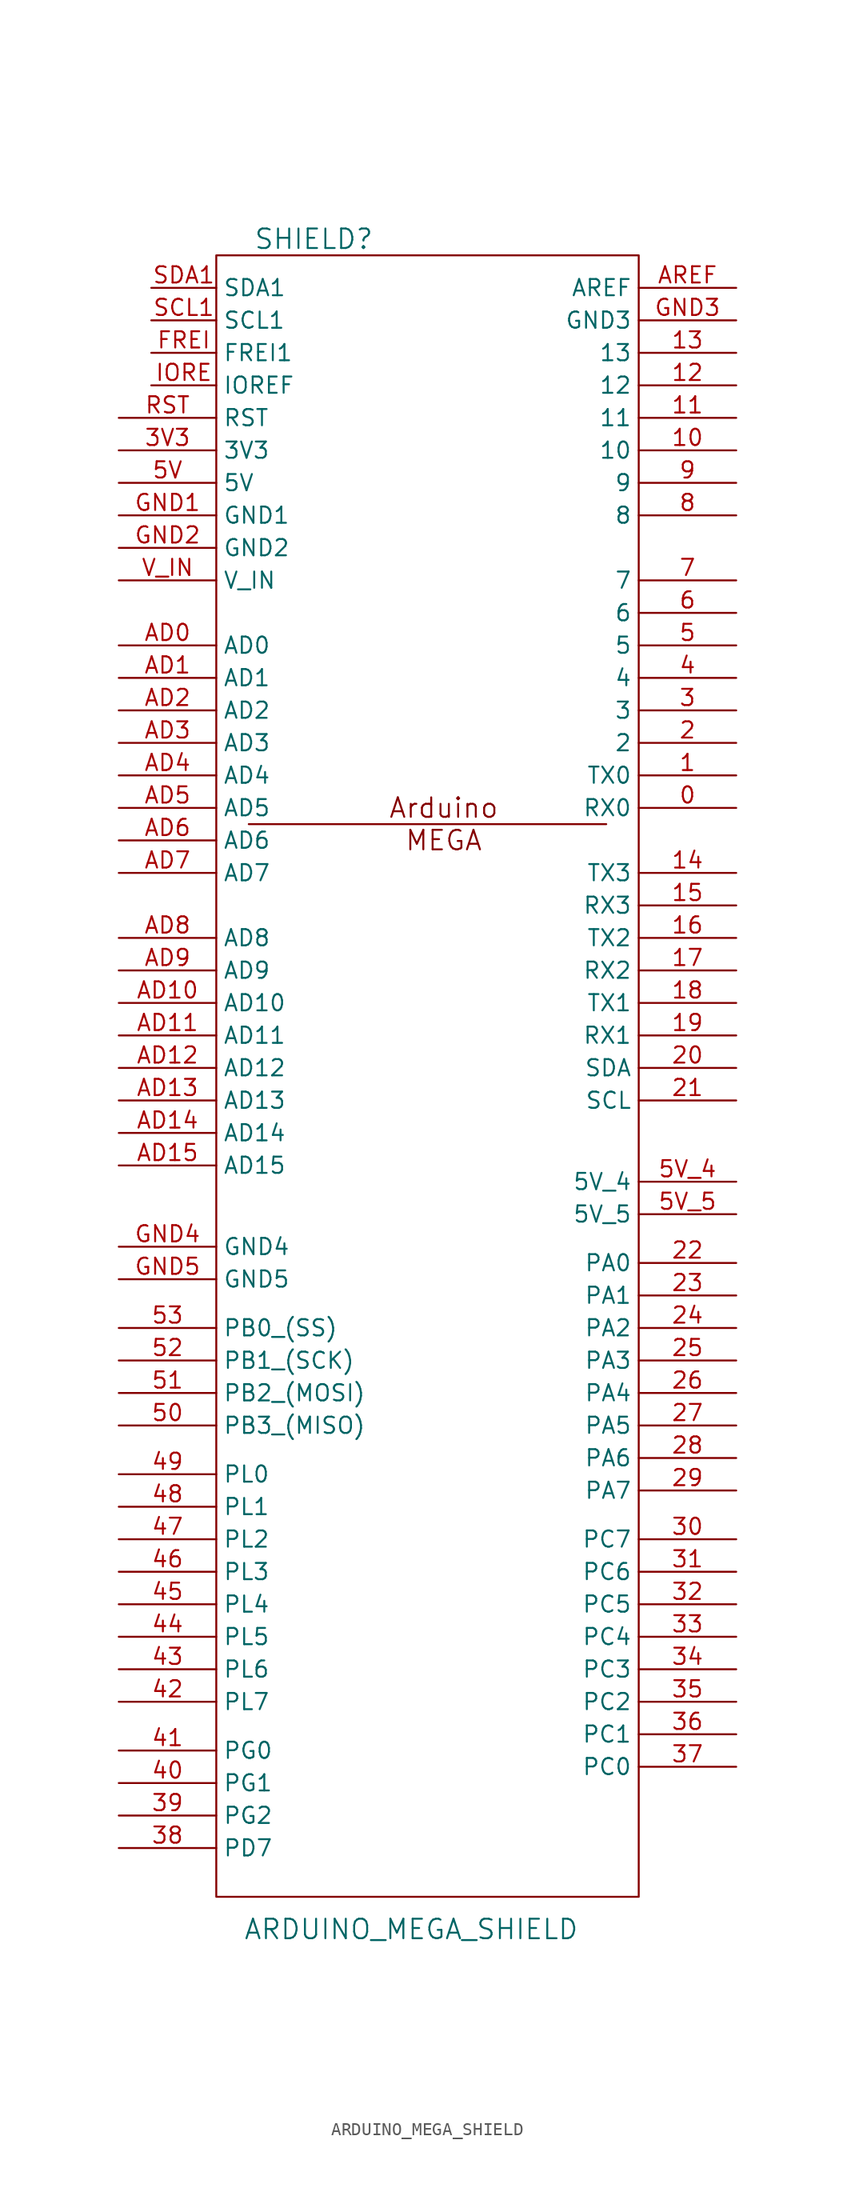
<source format=kicad_sym>
(kicad_symbol_lib
  (version 20201005)
  (generator kicad_symbol_editor)
  (symbol "Zimprich_neu:ARDUINO_MEGA_SHIELD"
    (property "Reference" "SHIELD"
      (at -10.16 63.5 0)
      (effects (font (size 1.524 1.524))))
    (property "Value" "ARDUINO_MEGA_SHIELD"
      (at -2.54 -68.58 0)
      (effects (font (size 1.524 1.524))))
    (property "Footprint" ""
      (at 0 0 0)
      (effects (font (size 1.524 1.524))))
    (property "Datasheet" ""
      (at 0 0 0)
      (effects (font (size 1.524 1.524))))
    (symbol "ARDUINO_MEGA_SHIELD_0_0"
      (text "Arduino" (at 0 19.05 0) (effects (font (size 1.524 1.524))))
      (text "MEGA" (at 0 16.51 0) (effects (font (size 1.524 1.524)))))
    (symbol "ARDUINO_MEGA_SHIELD_0_1"
      (rectangle (start -17.78 -66.04) (end 15.24 62.23) (stroke (width 0)) (fill (type none)))
      (polyline (pts (xy -15.24 17.78) (xy 12.7 17.78) (xy 12.7 17.78)) (stroke (width 0)) (fill (type none))))
    (symbol "ARDUINO_MEGA_SHIELD_1_1"
      (pin bidirectional line (at 22.86 19.05 180) (length 7.62) (name "RX0" (effects (font (size 1.27 1.27)))) (number "0" (effects (font (size 1.27 1.27)))))
      (pin bidirectional line (at 22.86 21.59 180) (length 7.62) (name "TX0" (effects (font (size 1.27 1.27)))) (number "1" (effects (font (size 1.27 1.27)))))
      (pin bidirectional line (at 22.86 46.99 180) (length 7.62) (name "10" (effects (font (size 1.27 1.27)))) (number "10" (effects (font (size 1.27 1.27)))))
      (pin bidirectional line (at 22.86 49.53 180) (length 7.62) (name "11" (effects (font (size 1.27 1.27)))) (number "11" (effects (font (size 1.27 1.27)))))
      (pin bidirectional line (at 22.86 52.07 180) (length 7.62) (name "12" (effects (font (size 1.27 1.27)))) (number "12" (effects (font (size 1.27 1.27)))))
      (pin bidirectional line (at 22.86 54.61 180) (length 7.62) (name "13" (effects (font (size 1.27 1.27)))) (number "13" (effects (font (size 1.27 1.27)))))
      (pin bidirectional line (at 22.86 13.97 180) (length 7.62) (name "TX3" (effects (font (size 1.27 1.27)))) (number "14" (effects (font (size 1.27 1.27)))))
      (pin bidirectional line (at 22.86 11.43 180) (length 7.62) (name "RX3" (effects (font (size 1.27 1.27)))) (number "15" (effects (font (size 1.27 1.27)))))
      (pin bidirectional line (at 22.86 8.89 180) (length 7.62) (name "TX2" (effects (font (size 1.27 1.27)))) (number "16" (effects (font (size 1.27 1.27)))))
      (pin bidirectional line (at 22.86 6.35 180) (length 7.62) (name "RX2" (effects (font (size 1.27 1.27)))) (number "17" (effects (font (size 1.27 1.27)))))
      (pin bidirectional line (at 22.86 3.81 180) (length 7.62) (name "TX1" (effects (font (size 1.27 1.27)))) (number "18" (effects (font (size 1.27 1.27)))))
      (pin bidirectional line (at 22.86 1.27 180) (length 7.62) (name "RX1" (effects (font (size 1.27 1.27)))) (number "19" (effects (font (size 1.27 1.27)))))
      (pin bidirectional line (at 22.86 24.13 180) (length 7.62) (name "2" (effects (font (size 1.27 1.27)))) (number "2" (effects (font (size 1.27 1.27)))))
      (pin bidirectional line (at 22.86 -1.27 180) (length 7.62) (name "SDA" (effects (font (size 1.27 1.27)))) (number "20" (effects (font (size 1.27 1.27)))))
      (pin bidirectional line (at 22.86 -3.81 180) (length 7.62) (name "SCL" (effects (font (size 1.27 1.27)))) (number "21" (effects (font (size 1.27 1.27)))))
      (pin bidirectional line (at 22.86 -16.51 180) (length 7.62) (name "PA0" (effects (font (size 1.27 1.27)))) (number "22" (effects (font (size 1.27 1.27)))))
      (pin bidirectional line (at 22.86 -19.05 180) (length 7.62) (name "PA1" (effects (font (size 1.27 1.27)))) (number "23" (effects (font (size 1.27 1.27)))))
      (pin bidirectional line (at 22.86 -21.59 180) (length 7.62) (name "PA2" (effects (font (size 1.27 1.27)))) (number "24" (effects (font (size 1.27 1.27)))))
      (pin bidirectional line (at 22.86 -24.13 180) (length 7.62) (name "PA3" (effects (font (size 1.27 1.27)))) (number "25" (effects (font (size 1.27 1.27)))))
      (pin bidirectional line (at 22.86 -26.67 180) (length 7.62) (name "PA4" (effects (font (size 1.27 1.27)))) (number "26" (effects (font (size 1.27 1.27)))))
      (pin bidirectional line (at 22.86 -29.21 180) (length 7.62) (name "PA5" (effects (font (size 1.27 1.27)))) (number "27" (effects (font (size 1.27 1.27)))))
      (pin bidirectional line (at 22.86 -31.75 180) (length 7.62) (name "PA6" (effects (font (size 1.27 1.27)))) (number "28" (effects (font (size 1.27 1.27)))))
      (pin bidirectional line (at 22.86 -34.29 180) (length 7.62) (name "PA7" (effects (font (size 1.27 1.27)))) (number "29" (effects (font (size 1.27 1.27)))))
      (pin bidirectional line (at 22.86 26.67 180) (length 7.62) (name "3" (effects (font (size 1.27 1.27)))) (number "3" (effects (font (size 1.27 1.27)))))
      (pin bidirectional line (at 22.86 -38.1 180) (length 7.62) (name "PC7" (effects (font (size 1.27 1.27)))) (number "30" (effects (font (size 1.27 1.27)))))
      (pin bidirectional line (at 22.86 -40.64 180) (length 7.62) (name "PC6" (effects (font (size 1.27 1.27)))) (number "31" (effects (font (size 1.27 1.27)))))
      (pin bidirectional line (at 22.86 -43.18 180) (length 7.62) (name "PC5" (effects (font (size 1.27 1.27)))) (number "32" (effects (font (size 1.27 1.27)))))
      (pin bidirectional line (at 22.86 -45.72 180) (length 7.62) (name "PC4" (effects (font (size 1.27 1.27)))) (number "33" (effects (font (size 1.27 1.27)))))
      (pin bidirectional line (at 22.86 -48.26 180) (length 7.62) (name "PC3" (effects (font (size 1.27 1.27)))) (number "34" (effects (font (size 1.27 1.27)))))
      (pin bidirectional line (at 22.86 -50.8 180) (length 7.62) (name "PC2" (effects (font (size 1.27 1.27)))) (number "35" (effects (font (size 1.27 1.27)))))
      (pin bidirectional line (at 22.86 -53.34 180) (length 7.62) (name "PC1" (effects (font (size 1.27 1.27)))) (number "36" (effects (font (size 1.27 1.27)))))
      (pin bidirectional line (at 22.86 -55.88 180) (length 7.62) (name "PC0" (effects (font (size 1.27 1.27)))) (number "37" (effects (font (size 1.27 1.27)))))
      (pin bidirectional line (at -25.4 -62.23 0) (length 7.62) (name "PD7" (effects (font (size 1.27 1.27)))) (number "38" (effects (font (size 1.27 1.27)))))
      (pin bidirectional line (at -25.4 -59.69 0) (length 7.62) (name "PG2" (effects (font (size 1.27 1.27)))) (number "39" (effects (font (size 1.27 1.27)))))
      (pin power_in line (at -25.4 46.99 0) (length 7.62) (name "3V3" (effects (font (size 1.27 1.27)))) (number "3V3" (effects (font (size 1.27 1.27)))))
      (pin bidirectional line (at 22.86 29.21 180) (length 7.62) (name "4" (effects (font (size 1.27 1.27)))) (number "4" (effects (font (size 1.27 1.27)))))
      (pin bidirectional line (at -25.4 -57.15 0) (length 7.62) (name "PG1" (effects (font (size 1.27 1.27)))) (number "40" (effects (font (size 1.27 1.27)))))
      (pin bidirectional line (at -25.4 -54.61 0) (length 7.62) (name "PG0" (effects (font (size 1.27 1.27)))) (number "41" (effects (font (size 1.27 1.27)))))
      (pin bidirectional line (at -25.4 -50.8 0) (length 7.62) (name "PL7" (effects (font (size 1.27 1.27)))) (number "42" (effects (font (size 1.27 1.27)))))
      (pin bidirectional line (at -25.4 -48.26 0) (length 7.62) (name "PL6" (effects (font (size 1.27 1.27)))) (number "43" (effects (font (size 1.27 1.27)))))
      (pin bidirectional line (at -25.4 -45.72 0) (length 7.62) (name "PL5" (effects (font (size 1.27 1.27)))) (number "44" (effects (font (size 1.27 1.27)))))
      (pin bidirectional line (at -25.4 -43.18 0) (length 7.62) (name "PL4" (effects (font (size 1.27 1.27)))) (number "45" (effects (font (size 1.27 1.27)))))
      (pin bidirectional line (at -25.4 -40.64 0) (length 7.62) (name "PL3" (effects (font (size 1.27 1.27)))) (number "46" (effects (font (size 1.27 1.27)))))
      (pin bidirectional line (at -25.4 -38.1 0) (length 7.62) (name "PL2" (effects (font (size 1.27 1.27)))) (number "47" (effects (font (size 1.27 1.27)))))
      (pin bidirectional line (at -25.4 -35.56 0) (length 7.62) (name "PL1" (effects (font (size 1.27 1.27)))) (number "48" (effects (font (size 1.27 1.27)))))
      (pin bidirectional line (at -25.4 -33.02 0) (length 7.62) (name "PL0" (effects (font (size 1.27 1.27)))) (number "49" (effects (font (size 1.27 1.27)))))
      (pin bidirectional line (at 22.86 31.75 180) (length 7.62) (name "5" (effects (font (size 1.27 1.27)))) (number "5" (effects (font (size 1.27 1.27)))))
      (pin bidirectional line (at -25.4 -29.21 0) (length 7.62) (name "PB3_(MISO)" (effects (font (size 1.27 1.27)))) (number "50" (effects (font (size 1.27 1.27)))))
      (pin bidirectional line (at -25.4 -26.67 0) (length 7.62) (name "PB2_(MOSI)" (effects (font (size 1.27 1.27)))) (number "51" (effects (font (size 1.27 1.27)))))
      (pin bidirectional line (at -25.4 -24.13 0) (length 7.62) (name "PB1_(SCK)" (effects (font (size 1.27 1.27)))) (number "52" (effects (font (size 1.27 1.27)))))
      (pin bidirectional line (at -25.4 -21.59 0) (length 7.62) (name "PB0_(SS)" (effects (font (size 1.27 1.27)))) (number "53" (effects (font (size 1.27 1.27)))))
      (pin power_in line (at -25.4 44.45 0) (length 7.62) (name "5V" (effects (font (size 1.27 1.27)))) (number "5V" (effects (font (size 1.27 1.27)))))
      (pin power_in line (at 22.86 -10.16 180) (length 7.62) (name "5V_4" (effects (font (size 1.27 1.27)))) (number "5V_4" (effects (font (size 1.27 1.27)))))
      (pin power_in line (at 22.86 -12.7 180) (length 7.62) (name "5V_5" (effects (font (size 1.27 1.27)))) (number "5V_5" (effects (font (size 1.27 1.27)))))
      (pin bidirectional line (at 22.86 34.29 180) (length 7.62) (name "6" (effects (font (size 1.27 1.27)))) (number "6" (effects (font (size 1.27 1.27)))))
      (pin bidirectional line (at 22.86 36.83 180) (length 7.62) (name "7" (effects (font (size 1.27 1.27)))) (number "7" (effects (font (size 1.27 1.27)))))
      (pin bidirectional line (at 22.86 41.91 180) (length 7.62) (name "8" (effects (font (size 1.27 1.27)))) (number "8" (effects (font (size 1.27 1.27)))))
      (pin bidirectional line (at 22.86 44.45 180) (length 7.62) (name "9" (effects (font (size 1.27 1.27)))) (number "9" (effects (font (size 1.27 1.27)))))
      (pin bidirectional line (at -25.4 31.75 0) (length 7.62) (name "AD0" (effects (font (size 1.27 1.27)))) (number "AD0" (effects (font (size 1.27 1.27)))))
      (pin bidirectional line (at -25.4 29.21 0) (length 7.62) (name "AD1" (effects (font (size 1.27 1.27)))) (number "AD1" (effects (font (size 1.27 1.27)))))
      (pin bidirectional line (at -25.4 3.81 0) (length 7.62) (name "AD10" (effects (font (size 1.27 1.27)))) (number "AD10" (effects (font (size 1.27 1.27)))))
      (pin bidirectional line (at -25.4 1.27 0) (length 7.62) (name "AD11" (effects (font (size 1.27 1.27)))) (number "AD11" (effects (font (size 1.27 1.27)))))
      (pin bidirectional line (at -25.4 -1.27 0) (length 7.62) (name "AD12" (effects (font (size 1.27 1.27)))) (number "AD12" (effects (font (size 1.27 1.27)))))
      (pin bidirectional line (at -25.4 -3.81 0) (length 7.62) (name "AD13" (effects (font (size 1.27 1.27)))) (number "AD13" (effects (font (size 1.27 1.27)))))
      (pin bidirectional line (at -25.4 -6.35 0) (length 7.62) (name "AD14" (effects (font (size 1.27 1.27)))) (number "AD14" (effects (font (size 1.27 1.27)))))
      (pin bidirectional line (at -25.4 -8.89 0) (length 7.62) (name "AD15" (effects (font (size 1.27 1.27)))) (number "AD15" (effects (font (size 1.27 1.27)))))
      (pin bidirectional line (at -25.4 26.67 0) (length 7.62) (name "AD2" (effects (font (size 1.27 1.27)))) (number "AD2" (effects (font (size 1.27 1.27)))))
      (pin bidirectional line (at -25.4 24.13 0) (length 7.62) (name "AD3" (effects (font (size 1.27 1.27)))) (number "AD3" (effects (font (size 1.27 1.27)))))
      (pin bidirectional line (at -25.4 21.59 0) (length 7.62) (name "AD4" (effects (font (size 1.27 1.27)))) (number "AD4" (effects (font (size 1.27 1.27)))))
      (pin bidirectional line (at -25.4 19.05 0) (length 7.62) (name "AD5" (effects (font (size 1.27 1.27)))) (number "AD5" (effects (font (size 1.27 1.27)))))
      (pin bidirectional line (at -25.4 16.51 0) (length 7.62) (name "AD6" (effects (font (size 1.27 1.27)))) (number "AD6" (effects (font (size 1.27 1.27)))))
      (pin bidirectional line (at -25.4 13.97 0) (length 7.62) (name "AD7" (effects (font (size 1.27 1.27)))) (number "AD7" (effects (font (size 1.27 1.27)))))
      (pin bidirectional line (at -25.4 8.89 0) (length 7.62) (name "AD8" (effects (font (size 1.27 1.27)))) (number "AD8" (effects (font (size 1.27 1.27)))))
      (pin bidirectional line (at -25.4 6.35 0) (length 7.62) (name "AD9" (effects (font (size 1.27 1.27)))) (number "AD9" (effects (font (size 1.27 1.27)))))
      (pin power_in line (at 22.86 59.69 180) (length 7.62) (name "AREF" (effects (font (size 1.27 1.27)))) (number "AREF" (effects (font (size 1.27 1.27)))))
      (pin input line (at -22.86 54.61 0) (length 5.08) (name "FREI1" (effects (font (size 1.27 1.27)))) (number "FREI" (effects (font (size 1.27 1.27)))))
      (pin power_in line (at -25.4 41.91 0) (length 7.62) (name "GND1" (effects (font (size 1.27 1.27)))) (number "GND1" (effects (font (size 1.27 1.27)))))
      (pin power_in line (at -25.4 39.37 0) (length 7.62) (name "GND2" (effects (font (size 1.27 1.27)))) (number "GND2" (effects (font (size 1.27 1.27)))))
      (pin power_in line (at 22.86 57.15 180) (length 7.62) (name "GND3" (effects (font (size 1.27 1.27)))) (number "GND3" (effects (font (size 1.27 1.27)))))
      (pin power_in line (at -25.4 -15.24 0) (length 7.62) (name "GND4" (effects (font (size 1.27 1.27)))) (number "GND4" (effects (font (size 1.27 1.27)))))
      (pin power_in line (at -25.4 -17.78 0) (length 7.62) (name "GND5" (effects (font (size 1.27 1.27)))) (number "GND5" (effects (font (size 1.27 1.27)))))
      (pin input line (at -22.86 52.07 0) (length 5.08) (name "IOREF" (effects (font (size 1.27 1.27)))) (number "IORE" (effects (font (size 1.27 1.27)))))
      (pin input line (at -25.4 49.53 0) (length 7.62) (name "RST" (effects (font (size 1.27 1.27)))) (number "RST" (effects (font (size 1.27 1.27)))))
      (pin power_in line (at -22.86 57.15 0) (length 5.08) (name "SCL1" (effects (font (size 1.27 1.27)))) (number "SCL1" (effects (font (size 1.27 1.27)))))
      (pin power_in line (at -22.86 59.69 0) (length 5.08) (name "SDA1" (effects (font (size 1.27 1.27)))) (number "SDA1" (effects (font (size 1.27 1.27)))))
      (pin power_in line (at -25.4 36.83 0) (length 7.62) (name "V_IN" (effects (font (size 1.27 1.27)))) (number "V_IN" (effects (font (size 1.27 1.27))))))))
</source>
